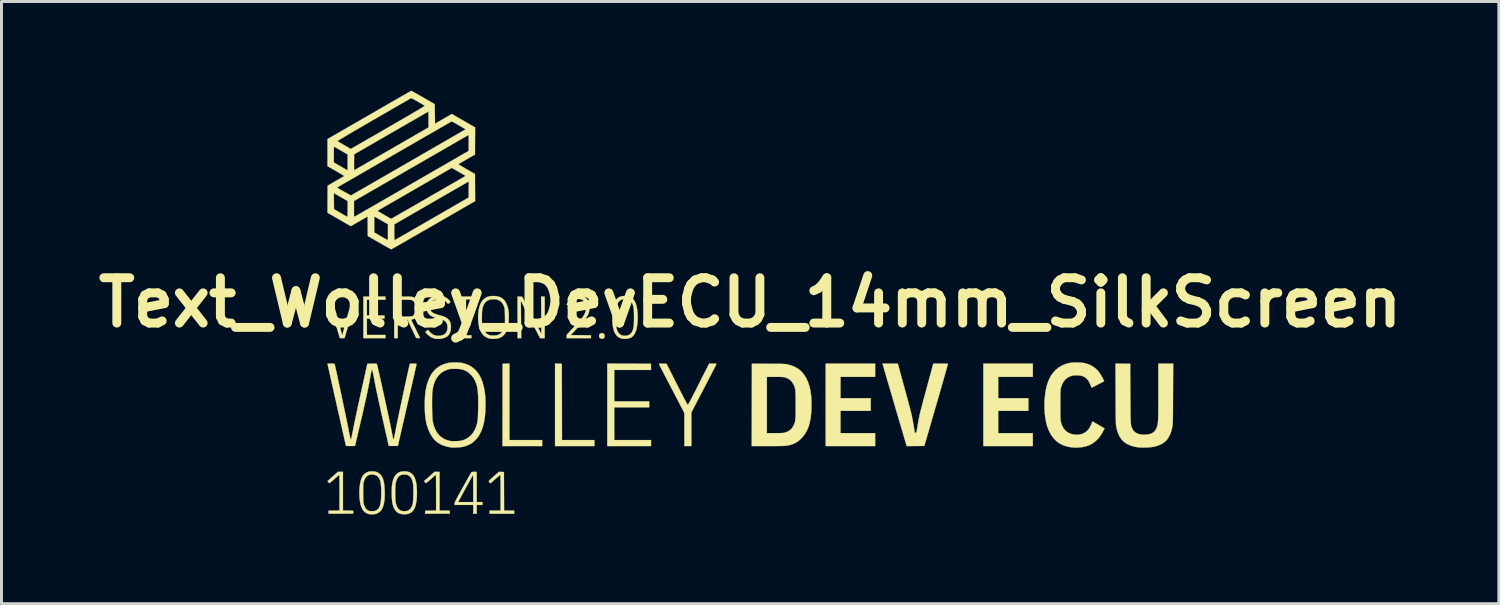
<source format=kicad_pcb>
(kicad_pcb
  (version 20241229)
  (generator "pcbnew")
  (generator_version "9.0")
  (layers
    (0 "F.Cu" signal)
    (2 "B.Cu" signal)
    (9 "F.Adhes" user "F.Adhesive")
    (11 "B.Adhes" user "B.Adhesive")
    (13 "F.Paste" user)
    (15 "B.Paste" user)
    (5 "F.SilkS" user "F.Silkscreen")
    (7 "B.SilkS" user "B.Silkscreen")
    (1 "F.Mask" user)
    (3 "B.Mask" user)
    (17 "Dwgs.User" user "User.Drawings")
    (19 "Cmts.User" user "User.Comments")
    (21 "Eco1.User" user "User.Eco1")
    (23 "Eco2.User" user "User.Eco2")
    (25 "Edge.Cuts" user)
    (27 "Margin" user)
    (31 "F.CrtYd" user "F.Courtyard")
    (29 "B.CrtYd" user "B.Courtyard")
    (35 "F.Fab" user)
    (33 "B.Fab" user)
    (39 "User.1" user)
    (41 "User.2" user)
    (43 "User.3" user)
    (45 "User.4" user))
  (footprint "Text_Wolley_DevECU_14mm_SilkScreen"
    (layer "F.Cu")
    (at 22.178 7.125)
    (property "Reference" "Text_Wolley_DevECU_14mm_SilkScreen" (at 0 0 0) (layer "F.SilkS") (effects (font (size 1.524 1.524) (thickness 0.3))))
    (attr through_hole)
    (fp_poly (pts (xy -8.096 4.625) (xy -6.996 4.625) (xy -6.996 4.826) (xy -8.329 4.826) (xy -8.326 3.442) (xy -8.324 2.058) (xy -8.21 2.055) (xy -8.096 2.052) (xy -8.096 4.625)) (stroke (width 0.01) (type solid)) (fill yes) (layer "F.SilkS"))
    (fp_poly (pts (xy -6.448 2.055) (xy -6.334 2.058) (xy -6.331 3.342) (xy -6.329 4.625) (xy -5.239 4.625) (xy -5.239 4.826) (xy -6.562 4.826) (xy -6.562 2.052) (xy -6.448 2.055)) (stroke (width 0.01) (type solid)) (fill yes) (layer "F.SilkS"))
    (fp_poly (pts (xy -12.266 -0.095) (xy -12.89 -0.095) (xy -12.89 0.434) (xy -12.298 0.434) (xy -12.298 0.54) (xy -12.89 0.54) (xy -12.89 1.09) (xy -12.266 1.09) (xy -12.266 1.196) (xy -13.007 1.196) (xy -13.007 -0.201) (xy -12.266 -0.201) (xy -12.266 -0.095)) (stroke (width 0.01) (type solid)) (fill yes) (layer "F.SilkS"))
    (fp_poly (pts (xy -9.377 -0.106) (xy -9.557 -0.106) (xy -9.557 1.101) (xy -9.377 1.101) (xy -9.377 1.196) (xy -9.853 1.196) (xy -9.853 1.101) (xy -9.673 1.101) (xy -9.673 -0.106) (xy -9.853 -0.106) (xy -9.853 -0.201) (xy -9.377 -0.201) (xy -9.377 -0.106)) (stroke (width 0.01) (type solid)) (fill yes) (layer "F.SilkS"))
    (fp_poly (pts (xy 4.202 2.498) (xy 3.037 2.498) (xy 3.037 3.217) (xy 4.053 3.217) (xy 4.053 3.641) (xy 3.037 3.641) (xy 3.037 4.392) (xy 4.202 4.392) (xy 4.202 4.826) (xy 2.54 4.826) (xy 2.54 2.053) (xy 4.202 2.053) (xy 4.202 2.498)) (stroke (width 0.01) (type solid)) (fill yes) (layer "F.SilkS"))
    (fp_poly (pts (xy 9.504 2.498) (xy 8.34 2.498) (xy 8.34 3.217) (xy 9.356 3.217) (xy 9.356 3.641) (xy 8.34 3.641) (xy 8.34 4.392) (xy 9.504 4.392) (xy 9.504 4.826) (xy 7.842 4.826) (xy 7.842 2.053) (xy 9.504 2.053) (xy 9.504 2.498)) (stroke (width 0.01) (type solid)) (fill yes) (layer "F.SilkS"))
    (fp_poly (pts (xy -3.339 2.058) (xy -3.336 2.162) (xy -3.333 2.265) (xy -4.572 2.265) (xy -4.572 3.323) (xy -3.397 3.323) (xy -3.397 3.524) (xy -4.572 3.524) (xy -4.572 4.625) (xy -3.334 4.625) (xy -3.334 4.826) (xy -4.805 4.826) (xy -4.805 2.053) (xy -3.339 2.058)) (stroke (width 0.01) (type solid)) (fill yes) (layer "F.SilkS"))
    (fp_poly (pts (xy -4.938 1.039) (xy -4.913 1.06) (xy -4.899 1.094) (xy -4.895 1.133) (xy -4.902 1.17) (xy -4.921 1.198) (xy -4.925 1.202) (xy -4.96 1.215) (xy -5.002 1.215) (xy -5.041 1.202) (xy -5.052 1.195) (xy -5.07 1.177) (xy -5.078 1.155) (xy -5.08 1.122) (xy -5.078 1.088) (xy -5.069 1.066) (xy -5.052 1.049) (xy -5.012 1.03) (xy -4.966 1.03) (xy -4.938 1.039)) (stroke (width 0.01) (type solid)) (fill yes) (layer "F.SilkS"))
    (fp_poly (pts (xy -8.366 5.696) (xy -8.281 5.699) (xy -8.276 6.996) (xy -7.938 6.996) (xy -7.938 7.101) (xy -8.763 7.101) (xy -8.763 6.996) (xy -8.393 6.996) (xy -8.393 6.391) (xy -8.393 6.261) (xy -8.393 6.145) (xy -8.394 6.043) (xy -8.395 5.957) (xy -8.397 5.888) (xy -8.398 5.836) (xy -8.4 5.804) (xy -8.402 5.791) (xy -8.402 5.791) (xy -8.413 5.799) (xy -8.437 5.818) (xy -8.472 5.848) (xy -8.514 5.885) (xy -8.563 5.927) (xy -8.573 5.936) (xy -8.733 6.077) (xy -8.764 6.048) (xy -8.783 6.026) (xy -8.794 6.01) (xy -8.794 6.007) (xy -8.786 5.997) (xy -8.765 5.975) (xy -8.732 5.944) (xy -8.69 5.905) (xy -8.642 5.862) (xy -8.622 5.844) (xy -8.451 5.693) (xy -8.366 5.696)) (stroke (width 0.01) (type solid)) (fill yes) (layer "F.SilkS"))
    (fp_poly (pts (xy -10.446 6.995) (xy -10.274 6.998) (xy -10.102 7.001) (xy -10.102 7.096) (xy -10.934 7.102) (xy -10.927 7.001) (xy -10.745 6.998) (xy -10.562 6.995) (xy -10.562 6.392) (xy -10.562 6.281) (xy -10.563 6.177) (xy -10.563 6.081) (xy -10.564 5.996) (xy -10.564 5.923) (xy -10.565 5.864) (xy -10.566 5.821) (xy -10.567 5.795) (xy -10.568 5.789) (xy -10.577 5.796) (xy -10.599 5.814) (xy -10.633 5.843) (xy -10.675 5.88) (xy -10.723 5.922) (xy -10.734 5.932) (xy -10.783 5.975) (xy -10.827 6.013) (xy -10.864 6.043) (xy -10.89 6.063) (xy -10.904 6.072) (xy -10.905 6.072) (xy -10.917 6.062) (xy -10.936 6.041) (xy -10.94 6.036) (xy -10.964 6.004) (xy -10.79 5.849) (xy -10.617 5.694) (xy -10.446 5.694) (xy -10.446 6.995)) (stroke (width 0.01) (type solid)) (fill yes) (layer "F.SilkS"))
    (fp_poly (pts (xy -7.745 -0.199) (xy -7.669 -0.196) (xy -7.532 0.064) (xy -7.494 0.137) (xy -7.448 0.224) (xy -7.398 0.322) (xy -7.345 0.425) (xy -7.291 0.529) (xy -7.24 0.629) (xy -7.21 0.688) (xy -7.169 0.769) (xy -7.131 0.844) (xy -7.097 0.911) (xy -7.068 0.967) (xy -7.046 1.012) (xy -7.03 1.042) (xy -7.023 1.055) (xy -7.023 1.056) (xy -7.022 1.046) (xy -7.022 1.017) (xy -7.022 0.97) (xy -7.022 0.908) (xy -7.022 0.832) (xy -7.023 0.744) (xy -7.023 0.645) (xy -7.024 0.539) (xy -7.025 0.429) (xy -7.03 -0.201) (xy -6.911 -0.201) (xy -6.911 1.196) (xy -6.988 1.196) (xy -7.064 1.195) (xy -7.303 0.739) (xy -7.354 0.641) (xy -7.405 0.542) (xy -7.455 0.445) (xy -7.501 0.354) (xy -7.544 0.271) (xy -7.581 0.199) (xy -7.61 0.14) (xy -7.626 0.107) (xy -7.712 -0.069) (xy -7.707 0.564) (xy -7.701 1.196) (xy -7.821 1.196) (xy -7.821 -0.202) (xy -7.745 -0.199)) (stroke (width 0.01) (type solid)) (fill yes) (layer "F.SilkS"))
    (fp_poly (pts (xy -13.695 6.995) (xy -13.351 7.001) (xy -13.351 7.096) (xy -13.761 7.099) (xy -13.867 7.1) (xy -13.954 7.1) (xy -14.023 7.1) (xy -14.077 7.099) (xy -14.117 7.098) (xy -14.145 7.096) (xy -14.164 7.093) (xy -14.174 7.09) (xy -14.177 7.087) (xy -14.18 7.066) (xy -14.18 7.037) (xy -14.18 7.036) (xy -14.176 7.001) (xy -13.994 6.998) (xy -13.811 6.995) (xy -13.811 6.392) (xy -13.811 6.281) (xy -13.812 6.177) (xy -13.812 6.081) (xy -13.812 5.996) (xy -13.813 5.923) (xy -13.814 5.864) (xy -13.814 5.821) (xy -13.815 5.795) (xy -13.816 5.789) (xy -13.825 5.796) (xy -13.847 5.814) (xy -13.88 5.843) (xy -13.922 5.879) (xy -13.97 5.921) (xy -13.982 5.932) (xy -14.031 5.975) (xy -14.075 6.013) (xy -14.111 6.044) (xy -14.137 6.065) (xy -14.15 6.074) (xy -14.151 6.075) (xy -14.161 6.067) (xy -14.178 6.048) (xy -14.185 6.039) (xy -14.213 6.003) (xy -14.038 5.848) (xy -13.864 5.694) (xy -13.695 5.694) (xy -13.695 6.995)) (stroke (width 0.01) (type solid)) (fill yes) (layer "F.SilkS"))
    (fp_poly (pts (xy -9.197 6.71) (xy -9.006 6.71) (xy -9.006 6.805) (xy -9.197 6.805) (xy -9.197 7.101) (xy -9.313 7.101) (xy -9.313 6.805) (xy -9.938 6.805) (xy -9.938 6.757) (xy -9.937 6.745) (xy -9.934 6.731) (xy -9.928 6.713) (xy -9.927 6.71) (xy -9.823 6.71) (xy -9.313 6.71) (xy -9.313 6.255) (xy -9.314 6.159) (xy -9.314 6.07) (xy -9.315 5.99) (xy -9.316 5.921) (xy -9.317 5.866) (xy -9.319 5.826) (xy -9.32 5.804) (xy -9.321 5.8) (xy -9.325 5.805) (xy -9.335 5.819) (xy -9.35 5.845) (xy -9.371 5.882) (xy -9.399 5.931) (xy -9.433 5.994) (xy -9.475 6.07) (xy -9.525 6.162) (xy -9.584 6.27) (xy -9.651 6.394) (xy -9.728 6.535) (xy -9.766 6.606) (xy -9.823 6.71) (xy -9.927 6.71) (xy -9.918 6.689) (xy -9.904 6.659) (xy -9.884 6.62) (xy -9.858 6.57) (xy -9.824 6.509) (xy -9.783 6.434) (xy -9.734 6.345) (xy -9.675 6.239) (xy -9.661 6.215) (xy -9.609 6.121) (xy -9.559 6.032) (xy -9.513 5.95) (xy -9.472 5.877) (xy -9.437 5.815) (xy -9.409 5.766) (xy -9.388 5.73) (xy -9.376 5.71) (xy -9.374 5.707) (xy -9.357 5.699) (xy -9.32 5.695) (xy -9.28 5.694) (xy -9.197 5.694) (xy -9.197 6.71)) (stroke (width 0.01) (type solid)) (fill yes) (layer "F.SilkS"))
    (fp_poly (pts (xy -1.206 2.054) (xy -1.167 2.056) (xy -1.141 2.059) (xy -1.132 2.062) (xy -1.137 2.073) (xy -1.151 2.101) (xy -1.173 2.145) (xy -1.203 2.203) (xy -1.24 2.275) (xy -1.283 2.359) (xy -1.332 2.453) (xy -1.386 2.557) (xy -1.443 2.668) (xy -1.505 2.786) (xy -1.556 2.884) (xy -1.979 3.697) (xy -1.979 4.826) (xy -2.212 4.826) (xy -2.212 3.715) (xy -2.635 2.903) (xy -2.698 2.781) (xy -2.759 2.664) (xy -2.817 2.553) (xy -2.87 2.45) (xy -2.918 2.357) (xy -2.961 2.275) (xy -2.997 2.204) (xy -3.026 2.147) (xy -3.048 2.105) (xy -3.061 2.079) (xy -3.065 2.071) (xy -3.066 2.063) (xy -3.062 2.058) (xy -3.048 2.055) (xy -3.021 2.054) (xy -2.979 2.055) (xy -2.943 2.055) (xy -2.813 2.058) (xy -2.466 2.746) (xy -2.393 2.889) (xy -2.33 3.013) (xy -2.275 3.12) (xy -2.229 3.21) (xy -2.19 3.283) (xy -2.158 3.342) (xy -2.134 3.386) (xy -2.116 3.416) (xy -2.104 3.432) (xy -2.099 3.437) (xy -2.093 3.434) (xy -2.085 3.425) (xy -2.073 3.406) (xy -2.056 3.379) (xy -2.035 3.341) (xy -2.008 3.291) (xy -1.975 3.228) (xy -1.936 3.151) (xy -1.889 3.059) (xy -1.834 2.951) (xy -1.77 2.825) (xy -1.746 2.777) (xy -1.69 2.666) (xy -1.637 2.56) (xy -1.587 2.461) (xy -1.54 2.37) (xy -1.499 2.288) (xy -1.463 2.218) (xy -1.434 2.161) (xy -1.412 2.118) (xy -1.399 2.092) (xy -1.395 2.084) (xy -1.376 2.053) (xy -1.254 2.053) (xy -1.206 2.054)) (stroke (width 0.01) (type solid)) (fill yes) (layer "F.SilkS"))
    (fp_poly (pts (xy -5.699 -0.218) (xy -5.628 -0.204) (xy -5.59 -0.191) (xy -5.525 -0.151) (xy -5.474 -0.096) (xy -5.438 -0.026) (xy -5.416 0.06) (xy -5.408 0.161) (xy -5.408 0.163) (xy -5.409 0.218) (xy -5.413 0.267) (xy -5.42 0.313) (xy -5.433 0.357) (xy -5.451 0.402) (xy -5.477 0.45) (xy -5.511 0.501) (xy -5.554 0.559) (xy -5.608 0.624) (xy -5.673 0.699) (xy -5.752 0.786) (xy -5.826 0.868) (xy -6.036 1.095) (xy -5.695 1.098) (xy -5.355 1.101) (xy -5.355 1.196) (xy -6.17 1.196) (xy -6.17 1.14) (xy -6.17 1.085) (xy -5.915 0.81) (xy -5.841 0.73) (xy -5.779 0.663) (xy -5.73 0.608) (xy -5.69 0.562) (xy -5.658 0.524) (xy -5.632 0.491) (xy -5.612 0.462) (xy -5.595 0.434) (xy -5.58 0.406) (xy -5.565 0.376) (xy -5.564 0.373) (xy -5.549 0.34) (xy -5.539 0.312) (xy -5.533 0.283) (xy -5.531 0.248) (xy -5.53 0.199) (xy -5.53 0.185) (xy -5.532 0.122) (xy -5.536 0.069) (xy -5.543 0.033) (xy -5.544 0.028) (xy -5.568 -0.018) (xy -5.602 -0.06) (xy -5.642 -0.093) (xy -5.671 -0.107) (xy -5.721 -0.117) (xy -5.782 -0.12) (xy -5.843 -0.115) (xy -5.894 -0.103) (xy -5.898 -0.102) (xy -5.948 -0.073) (xy -5.994 -0.029) (xy -6.031 0.024) (xy -6.049 0.064) (xy -6.059 0.094) (xy -6.067 0.113) (xy -6.07 0.116) (xy -6.08 0.113) (xy -6.104 0.103) (xy -6.122 0.096) (xy -6.17 0.075) (xy -6.152 0.029) (xy -6.11 -0.054) (xy -6.053 -0.122) (xy -5.985 -0.173) (xy -5.92 -0.202) (xy -5.852 -0.217) (xy -5.776 -0.222) (xy -5.699 -0.218)) (stroke (width 0.01) (type solid)) (fill yes) (layer "F.SilkS"))
    (fp_poly (pts (xy -11.59 -0.201) (xy -11.518 -0.2) (xy -11.462 -0.199) (xy -11.418 -0.197) (xy -11.385 -0.194) (xy -11.36 -0.19) (xy -11.339 -0.185) (xy -11.336 -0.184) (xy -11.27 -0.152) (xy -11.217 -0.105) (xy -11.175 -0.04) (xy -11.171 -0.03) (xy -11.149 0.036) (xy -11.136 0.115) (xy -11.133 0.198) (xy -11.138 0.282) (xy -11.153 0.359) (xy -11.176 0.422) (xy -11.177 0.425) (xy -11.209 0.471) (xy -11.254 0.513) (xy -11.305 0.546) (xy -11.346 0.562) (xy -11.376 0.571) (xy -11.395 0.58) (xy -11.398 0.584) (xy -11.394 0.595) (xy -11.381 0.623) (xy -11.361 0.665) (xy -11.334 0.719) (xy -11.303 0.783) (xy -11.268 0.853) (xy -11.25 0.889) (xy -11.214 0.962) (xy -11.18 1.029) (xy -11.152 1.087) (xy -11.128 1.135) (xy -11.112 1.169) (xy -11.103 1.188) (xy -11.102 1.191) (xy -11.112 1.194) (xy -11.137 1.195) (xy -11.168 1.194) (xy -11.233 1.191) (xy -11.377 0.887) (xy -11.52 0.583) (xy -11.687 0.582) (xy -11.853 0.582) (xy -11.853 1.196) (xy -11.97 1.196) (xy -11.97 -0.095) (xy -11.853 -0.095) (xy -11.853 0.478) (xy -11.618 0.474) (xy -11.54 0.473) (xy -11.481 0.472) (xy -11.436 0.47) (xy -11.404 0.467) (xy -11.381 0.463) (xy -11.364 0.458) (xy -11.35 0.452) (xy -11.346 0.45) (xy -11.319 0.427) (xy -11.293 0.394) (xy -11.285 0.382) (xy -11.275 0.361) (xy -11.268 0.34) (xy -11.264 0.315) (xy -11.262 0.28) (xy -11.261 0.232) (xy -11.261 0.191) (xy -11.261 0.131) (xy -11.262 0.088) (xy -11.266 0.056) (xy -11.271 0.032) (xy -11.279 0.011) (xy -11.284 -0.000404) (xy -11.312 -0.041) (xy -11.351 -0.069) (xy -11.356 -0.071) (xy -11.372 -0.079) (xy -11.389 -0.085) (xy -11.41 -0.09) (xy -11.437 -0.092) (xy -11.473 -0.094) (xy -11.523 -0.095) (xy -11.59 -0.095) (xy -11.628 -0.095) (xy -11.853 -0.095) (xy -11.97 -0.095) (xy -11.97 -0.201) (xy -11.68 -0.201) (xy -11.59 -0.201)) (stroke (width 0.01) (type solid)) (fill yes) (layer "F.SilkS"))
    (fp_poly (pts (xy -14.117 -0.2) (xy -14.094 -0.198) (xy -14.086 -0.196) (xy -14.083 -0.185) (xy -14.075 -0.155) (xy -14.062 -0.11) (xy -14.045 -0.051) (xy -14.023 0.021) (xy -13.999 0.102) (xy -13.973 0.191) (xy -13.953 0.257) (xy -13.923 0.359) (xy -13.893 0.462) (xy -13.864 0.563) (xy -13.837 0.658) (xy -13.814 0.744) (xy -13.794 0.818) (xy -13.778 0.876) (xy -13.774 0.892) (xy -13.76 0.953) (xy -13.746 1.006) (xy -13.735 1.048) (xy -13.727 1.076) (xy -13.723 1.087) (xy -13.72 1.089) (xy -13.717 1.088) (xy -13.714 1.081) (xy -13.709 1.067) (xy -13.702 1.042) (xy -13.692 1.005) (xy -13.678 0.952) (xy -13.66 0.882) (xy -13.653 0.852) (xy -13.637 0.793) (xy -13.617 0.717) (xy -13.592 0.629) (xy -13.565 0.532) (xy -13.536 0.43) (xy -13.506 0.326) (xy -13.476 0.225) (xy -13.475 0.222) (xy -13.351 -0.196) (xy -13.289 -0.199) (xy -13.255 -0.2) (xy -13.237 -0.198) (xy -13.232 -0.192) (xy -13.233 -0.183) (xy -13.237 -0.17) (xy -13.246 -0.138) (xy -13.261 -0.09) (xy -13.28 -0.026) (xy -13.302 0.05) (xy -13.328 0.138) (xy -13.357 0.236) (xy -13.388 0.341) (xy -13.421 0.452) (xy -13.425 0.466) (xy -13.458 0.578) (xy -13.49 0.686) (xy -13.52 0.787) (xy -13.548 0.88) (xy -13.572 0.962) (xy -13.593 1.031) (xy -13.609 1.086) (xy -13.621 1.125) (xy -13.627 1.145) (xy -13.627 1.146) (xy -13.644 1.196) (xy -13.721 1.196) (xy -13.763 1.195) (xy -13.787 1.192) (xy -13.8 1.186) (xy -13.805 1.177) (xy -13.814 1.148) (xy -13.827 1.101) (xy -13.845 1.041) (xy -13.867 0.969) (xy -13.891 0.886) (xy -13.918 0.796) (xy -13.947 0.699) (xy -13.977 0.599) (xy -14.007 0.496) (xy -14.038 0.394) (xy -14.068 0.294) (xy -14.096 0.198) (xy -14.123 0.108) (xy -14.147 0.027) (xy -14.168 -0.044) (xy -14.185 -0.102) (xy -14.198 -0.146) (xy -14.207 -0.174) (xy -14.209 -0.183) (xy -14.21 -0.193) (xy -14.201 -0.198) (xy -14.178 -0.201) (xy -14.151 -0.201) (xy -14.117 -0.2)) (stroke (width 0.01) (type solid)) (fill yes) (layer "F.SilkS"))
    (fp_poly (pts (xy -11.539 5.684) (xy -11.464 5.704) (xy -11.438 5.716) (xy -11.378 5.757) (xy -11.327 5.813) (xy -11.286 5.885) (xy -11.253 5.974) (xy -11.229 6.081) (xy -11.214 6.205) (xy -11.208 6.348) (xy -11.207 6.397) (xy -11.211 6.545) (xy -11.223 6.675) (xy -11.243 6.787) (xy -11.271 6.881) (xy -11.309 6.958) (xy -11.355 7.019) (xy -11.411 7.065) (xy -11.476 7.097) (xy -11.488 7.101) (xy -11.578 7.119) (xy -11.671 7.12) (xy -11.76 7.105) (xy -11.775 7.101) (xy -11.843 7.071) (xy -11.9 7.026) (xy -11.948 6.964) (xy -11.989 6.886) (xy -12.021 6.788) (xy -12.024 6.779) (xy -12.034 6.727) (xy -12.042 6.659) (xy -12.049 6.578) (xy -12.053 6.491) (xy -12.054 6.399) (xy -12.054 6.366) (xy -11.937 6.366) (xy -11.937 6.447) (xy -11.936 6.525) (xy -11.934 6.596) (xy -11.931 6.655) (xy -11.927 6.695) (xy -11.906 6.792) (xy -11.875 6.873) (xy -11.832 6.937) (xy -11.779 6.983) (xy -11.753 6.997) (xy -11.707 7.01) (xy -11.649 7.016) (xy -11.589 7.015) (xy -11.536 7.006) (xy -11.509 6.997) (xy -11.455 6.963) (xy -11.411 6.915) (xy -11.375 6.851) (xy -11.349 6.776) (xy -11.343 6.744) (xy -11.338 6.694) (xy -11.333 6.63) (xy -11.33 6.557) (xy -11.327 6.478) (xy -11.325 6.398) (xy -11.325 6.319) (xy -11.326 6.246) (xy -11.328 6.183) (xy -11.332 6.133) (xy -11.333 6.121) (xy -11.35 6.026) (xy -11.375 5.95) (xy -11.407 5.889) (xy -11.448 5.842) (xy -11.494 5.81) (xy -11.522 5.797) (xy -11.549 5.789) (xy -11.584 5.785) (xy -11.631 5.784) (xy -11.679 5.785) (xy -11.714 5.789) (xy -11.741 5.797) (xy -11.768 5.81) (xy -11.821 5.849) (xy -11.863 5.902) (xy -11.895 5.97) (xy -11.918 6.055) (xy -11.928 6.112) (xy -11.932 6.156) (xy -11.934 6.216) (xy -11.936 6.288) (xy -11.937 6.366) (xy -12.054 6.366) (xy -12.054 6.31) (xy -12.051 6.226) (xy -12.045 6.152) (xy -12.039 6.105) (xy -12.014 5.992) (xy -11.982 5.898) (xy -11.94 5.822) (xy -11.889 5.763) (xy -11.828 5.719) (xy -11.779 5.698) (xy -11.703 5.68) (xy -11.62 5.676) (xy -11.539 5.684)) (stroke (width 0.01) (type solid)) (fill yes) (layer "F.SilkS"))
    (fp_poly (pts (xy -4.117 -0.215) (xy -4.06 -0.201) (xy -3.994 -0.168) (xy -3.938 -0.122) (xy -3.892 -0.061) (xy -3.854 0.014) (xy -3.825 0.107) (xy -3.803 0.218) (xy -3.788 0.34) (xy -3.782 0.442) (xy -3.783 0.549) (xy -3.789 0.657) (xy -3.8 0.76) (xy -3.815 0.854) (xy -3.835 0.934) (xy -3.844 0.963) (xy -3.874 1.028) (xy -3.911 1.088) (xy -3.952 1.136) (xy -3.978 1.158) (xy -4.042 1.191) (xy -4.119 1.213) (xy -4.202 1.222) (xy -4.286 1.217) (xy -4.288 1.216) (xy -4.369 1.196) (xy -4.439 1.158) (xy -4.497 1.104) (xy -4.545 1.033) (xy -4.583 0.944) (xy -4.611 0.837) (xy -4.625 0.748) (xy -4.63 0.694) (xy -4.633 0.626) (xy -4.634 0.548) (xy -4.633 0.503) (xy -4.513 0.503) (xy -4.513 0.603) (xy -4.512 0.686) (xy -4.509 0.753) (xy -4.505 0.807) (xy -4.498 0.852) (xy -4.489 0.891) (xy -4.477 0.925) (xy -4.462 0.959) (xy -4.448 0.987) (xy -4.405 1.045) (xy -4.35 1.088) (xy -4.284 1.113) (xy -4.211 1.12) (xy -4.132 1.109) (xy -4.118 1.105) (xy -4.057 1.078) (xy -4.007 1.036) (xy -3.967 0.977) (xy -3.937 0.9) (xy -3.92 0.826) (xy -3.915 0.782) (xy -3.911 0.722) (xy -3.908 0.65) (xy -3.906 0.569) (xy -3.906 0.485) (xy -3.907 0.401) (xy -3.909 0.322) (xy -3.912 0.253) (xy -3.916 0.197) (xy -3.92 0.168) (xy -3.932 0.118) (xy -3.948 0.067) (xy -3.964 0.027) (xy -4.003 -0.035) (xy -4.05 -0.079) (xy -4.109 -0.107) (xy -4.18 -0.119) (xy -4.207 -0.12) (xy -4.284 -0.113) (xy -4.349 -0.09) (xy -4.402 -0.051) (xy -4.446 0.006) (xy -4.479 0.081) (xy -4.495 0.135) (xy -4.501 0.16) (xy -4.505 0.189) (xy -4.508 0.224) (xy -4.511 0.268) (xy -4.512 0.324) (xy -4.513 0.395) (xy -4.513 0.484) (xy -4.513 0.503) (xy -4.633 0.503) (xy -4.633 0.466) (xy -4.631 0.383) (xy -4.627 0.305) (xy -4.622 0.235) (xy -4.616 0.178) (xy -4.61 0.147) (xy -4.579 0.04) (xy -4.537 -0.049) (xy -4.486 -0.119) (xy -4.425 -0.171) (xy -4.387 -0.192) (xy -4.33 -0.21) (xy -4.261 -0.22) (xy -4.187 -0.222) (xy -4.117 -0.215)) (stroke (width 0.01) (type solid)) (fill yes) (layer "F.SilkS"))
    (fp_poly (pts (xy -12.642 5.682) (xy -12.577 5.694) (xy -12.522 5.717) (xy -12.472 5.751) (xy -12.459 5.763) (xy -12.412 5.813) (xy -12.374 5.874) (xy -12.343 5.947) (xy -12.32 6.035) (xy -12.304 6.138) (xy -12.294 6.259) (xy -12.291 6.33) (xy -12.29 6.486) (xy -12.297 6.623) (xy -12.314 6.741) (xy -12.34 6.843) (xy -12.375 6.927) (xy -12.419 6.996) (xy -12.473 7.048) (xy -12.526 7.081) (xy -12.563 7.098) (xy -12.596 7.109) (xy -12.633 7.115) (xy -12.682 7.118) (xy -12.692 7.118) (xy -12.758 7.118) (xy -12.813 7.113) (xy -12.84 7.108) (xy -12.911 7.078) (xy -12.972 7.035) (xy -13.023 6.976) (xy -13.065 6.901) (xy -13.097 6.809) (xy -13.12 6.699) (xy -13.135 6.578) (xy -13.142 6.456) (xy -13.141 6.334) (xy -13.139 6.288) (xy -13.016 6.288) (xy -13.016 6.397) (xy -13.015 6.451) (xy -13.014 6.538) (xy -13.012 6.607) (xy -13.01 6.661) (xy -13.007 6.703) (xy -13.004 6.735) (xy -13 6.762) (xy -12.994 6.785) (xy -12.988 6.806) (xy -12.956 6.881) (xy -12.917 6.938) (xy -12.868 6.979) (xy -12.845 6.992) (xy -12.815 7.005) (xy -12.787 7.012) (xy -12.755 7.015) (xy -12.711 7.015) (xy -12.697 7.014) (xy -12.65 7.011) (xy -12.618 7.007) (xy -12.593 6.999) (xy -12.57 6.985) (xy -12.56 6.979) (xy -12.519 6.945) (xy -12.486 6.905) (xy -12.46 6.857) (xy -12.44 6.798) (xy -12.425 6.726) (xy -12.415 6.638) (xy -12.409 6.533) (xy -12.407 6.498) (xy -12.406 6.389) (xy -12.407 6.284) (xy -12.412 6.188) (xy -12.42 6.104) (xy -12.431 6.035) (xy -12.44 5.994) (xy -12.472 5.916) (xy -12.517 5.856) (xy -12.573 5.813) (xy -12.641 5.788) (xy -12.685 5.781) (xy -12.765 5.783) (xy -12.835 5.804) (xy -12.894 5.842) (xy -12.942 5.899) (xy -12.978 5.972) (xy -13.003 6.063) (xy -13.007 6.086) (xy -13.012 6.132) (xy -13.015 6.199) (xy -13.016 6.288) (xy -13.139 6.288) (xy -13.134 6.217) (xy -13.121 6.107) (xy -13.101 6.009) (xy -13.077 5.926) (xy -13.062 5.891) (xy -13.025 5.823) (xy -12.981 5.772) (xy -12.927 5.731) (xy -12.893 5.713) (xy -12.858 5.697) (xy -12.829 5.686) (xy -12.798 5.681) (xy -12.759 5.679) (xy -12.722 5.678) (xy -12.642 5.682)) (stroke (width 0.01) (type solid)) (fill yes) (layer "F.SilkS"))
    (fp_poly (pts (xy 0.603 2.059) (xy 0.728 2.059) (xy 0.833 2.059) (xy 0.922 2.06) (xy 0.995 2.061) (xy 1.055 2.062) (xy 1.104 2.064) (xy 1.144 2.066) (xy 1.176 2.068) (xy 1.204 2.071) (xy 1.228 2.075) (xy 1.242 2.078) (xy 1.381 2.114) (xy 1.504 2.164) (xy 1.614 2.228) (xy 1.71 2.307) (xy 1.732 2.33) (xy 1.816 2.432) (xy 1.888 2.546) (xy 1.947 2.675) (xy 1.994 2.818) (xy 2.028 2.976) (xy 2.051 3.15) (xy 2.061 3.34) (xy 2.06 3.54) (xy 2.05 3.722) (xy 2.032 3.887) (xy 2.003 4.035) (xy 1.965 4.168) (xy 1.916 4.288) (xy 1.856 4.397) (xy 1.785 4.495) (xy 1.72 4.568) (xy 1.646 4.636) (xy 1.575 4.689) (xy 1.499 4.731) (xy 1.413 4.766) (xy 1.406 4.768) (xy 1.37 4.78) (xy 1.335 4.791) (xy 1.3 4.799) (xy 1.264 4.806) (xy 1.223 4.812) (xy 1.176 4.817) (xy 1.121 4.82) (xy 1.056 4.823) (xy 0.978 4.824) (xy 0.886 4.825) (xy 0.778 4.826) (xy 0.651 4.826) (xy 0.602 4.826) (xy 0.053 4.826) (xy 0.054 4.392) (xy 0.561 4.392) (xy 0.829 4.392) (xy 0.922 4.392) (xy 0.996 4.391) (xy 1.054 4.389) (xy 1.099 4.385) (xy 1.133 4.381) (xy 1.156 4.376) (xy 1.25 4.344) (xy 1.327 4.3) (xy 1.39 4.243) (xy 1.442 4.169) (xy 1.46 4.134) (xy 1.475 4.101) (xy 1.488 4.071) (xy 1.499 4.042) (xy 1.508 4.011) (xy 1.515 3.977) (xy 1.52 3.937) (xy 1.524 3.89) (xy 1.526 3.832) (xy 1.528 3.762) (xy 1.529 3.677) (xy 1.529 3.576) (xy 1.529 3.456) (xy 1.529 3.445) (xy 1.529 3.323) (xy 1.529 3.22) (xy 1.528 3.135) (xy 1.526 3.063) (xy 1.524 3.004) (xy 1.52 2.956) (xy 1.515 2.915) (xy 1.508 2.881) (xy 1.5 2.85) (xy 1.489 2.821) (xy 1.477 2.791) (xy 1.461 2.758) (xy 1.46 2.756) (xy 1.411 2.673) (xy 1.349 2.607) (xy 1.274 2.556) (xy 1.184 2.519) (xy 1.161 2.513) (xy 1.135 2.508) (xy 1.097 2.504) (xy 1.046 2.501) (xy 0.979 2.499) (xy 0.895 2.498) (xy 0.833 2.498) (xy 0.561 2.498) (xy 0.561 4.392) (xy 0.054 4.392) (xy 0.056 3.442) (xy 0.058 2.058) (xy 0.603 2.059)) (stroke (width 0.01) (type solid)) (fill yes) (layer "F.SilkS"))
    (fp_poly (pts (xy -8.598 -0.22) (xy -8.499 -0.209) (xy -8.416 -0.185) (xy -8.344 -0.147) (xy -8.283 -0.093) (xy -8.237 -0.034) (xy -8.199 0.035) (xy -8.166 0.118) (xy -8.14 0.211) (xy -8.127 0.278) (xy -8.121 0.332) (xy -8.118 0.4) (xy -8.118 0.477) (xy -8.12 0.558) (xy -8.124 0.639) (xy -8.13 0.713) (xy -8.137 0.777) (xy -8.147 0.825) (xy -8.147 0.827) (xy -8.181 0.926) (xy -8.225 1.013) (xy -8.279 1.086) (xy -8.339 1.142) (xy -8.366 1.159) (xy -8.435 1.19) (xy -8.517 1.211) (xy -8.606 1.221) (xy -8.695 1.219) (xy -8.715 1.217) (xy -8.801 1.199) (xy -8.873 1.17) (xy -8.936 1.127) (xy -8.97 1.096) (xy -9.022 1.035) (xy -9.063 0.968) (xy -9.095 0.889) (xy -9.112 0.835) (xy -9.128 0.757) (xy -9.14 0.665) (xy -9.147 0.564) (xy -9.148 0.504) (xy -9.023 0.504) (xy -9.022 0.585) (xy -9.02 0.661) (xy -9.015 0.728) (xy -9.01 0.781) (xy -9.004 0.812) (xy -8.97 0.905) (xy -8.926 0.981) (xy -8.87 1.039) (xy -8.821 1.071) (xy -8.785 1.089) (xy -8.752 1.1) (xy -8.717 1.107) (xy -8.673 1.11) (xy -8.634 1.11) (xy -8.575 1.109) (xy -8.528 1.103) (xy -8.484 1.09) (xy -8.482 1.089) (xy -8.409 1.051) (xy -8.349 0.996) (xy -8.301 0.925) (xy -8.268 0.839) (xy -8.26 0.808) (xy -8.254 0.779) (xy -8.25 0.747) (xy -8.247 0.709) (xy -8.246 0.661) (xy -8.245 0.601) (xy -8.246 0.524) (xy -8.247 0.464) (xy -8.248 0.379) (xy -8.25 0.313) (xy -8.252 0.262) (xy -8.255 0.223) (xy -8.258 0.194) (xy -8.263 0.17) (xy -8.269 0.148) (xy -8.274 0.135) (xy -8.314 0.05) (xy -8.364 -0.017) (xy -8.426 -0.066) (xy -8.499 -0.099) (xy -8.586 -0.114) (xy -8.657 -0.114) (xy -8.747 -0.102) (xy -8.823 -0.074) (xy -8.887 -0.03) (xy -8.938 0.032) (xy -8.979 0.111) (xy -9.002 0.181) (xy -9.01 0.22) (xy -9.015 0.277) (xy -9.02 0.346) (xy -9.022 0.423) (xy -9.023 0.504) (xy -9.148 0.504) (xy -9.148 0.462) (xy -9.144 0.376) (xy -9.128 0.243) (xy -9.101 0.127) (xy -9.063 0.029) (xy -9.014 -0.053) (xy -8.954 -0.118) (xy -8.882 -0.167) (xy -8.882 -0.167) (xy -8.817 -0.196) (xy -8.75 -0.213) (xy -8.676 -0.221) (xy -8.598 -0.22)) (stroke (width 0.01) (type solid)) (fill yes) (layer "F.SilkS"))
    (fp_poly (pts (xy -10.393 -0.22) (xy -10.352 -0.214) (xy -10.323 -0.207) (xy -10.247 -0.175) (xy -10.176 -0.129) (xy -10.117 -0.073) (xy -10.082 -0.024) (xy -10.086 -0.01) (xy -10.106 0.009) (xy -10.117 0.017) (xy -10.16 0.045) (xy -10.203 -0.004) (xy -10.26 -0.057) (xy -10.322 -0.093) (xy -10.396 -0.114) (xy -10.408 -0.116) (xy -10.493 -0.122) (xy -10.574 -0.112) (xy -10.645 -0.088) (xy -10.673 -0.073) (xy -10.716 -0.038) (xy -10.745 0.006) (xy -10.762 0.063) (xy -10.768 0.136) (xy -10.768 0.143) (xy -10.764 0.203) (xy -10.752 0.254) (xy -10.728 0.296) (xy -10.691 0.332) (xy -10.639 0.363) (xy -10.57 0.39) (xy -10.483 0.417) (xy -10.456 0.424) (xy -10.367 0.448) (xy -10.296 0.473) (xy -10.238 0.499) (xy -10.192 0.529) (xy -10.154 0.563) (xy -10.145 0.573) (xy -10.11 0.619) (xy -10.086 0.668) (xy -10.071 0.726) (xy -10.065 0.797) (xy -10.065 0.831) (xy -10.072 0.928) (xy -10.094 1.01) (xy -10.13 1.077) (xy -10.182 1.132) (xy -10.21 1.151) (xy -10.279 1.185) (xy -10.361 1.209) (xy -10.45 1.221) (xy -10.538 1.221) (xy -10.573 1.217) (xy -10.653 1.199) (xy -10.723 1.17) (xy -10.787 1.128) (xy -10.852 1.07) (xy -10.866 1.055) (xy -10.893 1.026) (xy -10.913 1.004) (xy -10.922 0.992) (xy -10.922 0.991) (xy -10.914 0.982) (xy -10.895 0.965) (xy -10.879 0.952) (xy -10.835 0.917) (xy -10.807 0.953) (xy -10.74 1.025) (xy -10.666 1.077) (xy -10.584 1.109) (xy -10.495 1.121) (xy -10.399 1.112) (xy -10.398 1.112) (xy -10.323 1.09) (xy -10.263 1.053) (xy -10.219 1.002) (xy -10.191 0.937) (xy -10.179 0.859) (xy -10.178 0.839) (xy -10.183 0.766) (xy -10.199 0.707) (xy -10.228 0.659) (xy -10.243 0.642) (xy -10.267 0.619) (xy -10.297 0.6) (xy -10.336 0.582) (xy -10.386 0.564) (xy -10.452 0.544) (xy -10.491 0.534) (xy -10.575 0.51) (xy -10.642 0.488) (xy -10.695 0.466) (xy -10.737 0.443) (xy -10.772 0.418) (xy -10.777 0.413) (xy -10.828 0.354) (xy -10.864 0.284) (xy -10.883 0.204) (xy -10.886 0.118) (xy -10.872 0.028) (xy -10.863 -0.002) (xy -10.833 -0.062) (xy -10.785 -0.118) (xy -10.724 -0.164) (xy -10.693 -0.182) (xy -10.66 -0.197) (xy -10.631 -0.207) (xy -10.6 -0.214) (xy -10.561 -0.217) (xy -10.508 -0.22) (xy -10.505 -0.22) (xy -10.441 -0.222) (xy -10.393 -0.22)) (stroke (width 0.01) (type solid)) (fill yes) (layer "F.SilkS"))
    (fp_poly (pts (xy 4.973 2.088) (xy 4.977 2.103) (xy 4.987 2.137) (xy 5.001 2.189) (xy 5.02 2.256) (xy 5.042 2.337) (xy 5.068 2.43) (xy 5.096 2.534) (xy 5.127 2.647) (xy 5.16 2.768) (xy 5.195 2.895) (xy 5.208 2.942) (xy 5.249 3.093) (xy 5.285 3.225) (xy 5.316 3.341) (xy 5.343 3.441) (xy 5.366 3.529) (xy 5.386 3.606) (xy 5.403 3.673) (xy 5.418 3.733) (xy 5.43 3.787) (xy 5.441 3.837) (xy 5.451 3.886) (xy 5.461 3.934) (xy 5.47 3.985) (xy 5.479 4.039) (xy 5.483 4.064) (xy 5.497 4.141) (xy 5.509 4.212) (xy 5.519 4.273) (xy 5.527 4.322) (xy 5.532 4.356) (xy 5.535 4.373) (xy 5.535 4.374) (xy 5.543 4.382) (xy 5.561 4.381) (xy 5.58 4.375) (xy 5.592 4.364) (xy 5.592 4.363) (xy 5.595 4.348) (xy 5.601 4.315) (xy 5.61 4.267) (xy 5.62 4.207) (xy 5.632 4.137) (xy 5.645 4.061) (xy 5.646 4.057) (xy 5.655 4.003) (xy 5.664 3.952) (xy 5.673 3.903) (xy 5.683 3.855) (xy 5.693 3.805) (xy 5.705 3.751) (xy 5.719 3.693) (xy 5.736 3.626) (xy 5.755 3.551) (xy 5.778 3.465) (xy 5.804 3.365) (xy 5.835 3.251) (xy 5.87 3.121) (xy 5.91 2.971) (xy 5.911 2.967) (xy 5.946 2.839) (xy 5.979 2.716) (xy 6.011 2.6) (xy 6.04 2.492) (xy 6.067 2.394) (xy 6.09 2.307) (xy 6.11 2.234) (xy 6.126 2.176) (xy 6.137 2.134) (xy 6.144 2.111) (xy 6.144 2.109) (xy 6.16 2.053) (xy 6.403 2.053) (xy 6.472 2.053) (xy 6.534 2.054) (xy 6.586 2.056) (xy 6.624 2.058) (xy 6.646 2.06) (xy 6.65 2.061) (xy 6.647 2.072) (xy 6.64 2.102) (xy 6.626 2.15) (xy 6.608 2.215) (xy 6.586 2.295) (xy 6.559 2.39) (xy 6.528 2.498) (xy 6.494 2.619) (xy 6.456 2.75) (xy 6.416 2.891) (xy 6.373 3.04) (xy 6.328 3.197) (xy 6.281 3.36) (xy 6.256 3.445) (xy 5.857 4.821) (xy 5.561 4.824) (xy 5.264 4.826) (xy 4.863 3.464) (xy 4.815 3.298) (xy 4.768 3.139) (xy 4.723 2.986) (xy 4.68 2.84) (xy 4.64 2.704) (xy 4.603 2.578) (xy 4.57 2.463) (xy 4.54 2.361) (xy 4.514 2.272) (xy 4.493 2.199) (xy 4.476 2.141) (xy 4.465 2.101) (xy 4.459 2.08) (xy 4.458 2.077) (xy 4.453 2.053) (xy 4.962 2.053) (xy 4.973 2.088)) (stroke (width 0.01) (type solid)) (fill yes) (layer "F.SilkS"))
    (fp_poly (pts (xy 12.533 2.056) (xy 12.779 2.058) (xy 12.785 3.059) (xy 12.786 3.231) (xy 12.787 3.384) (xy 12.788 3.519) (xy 12.789 3.636) (xy 12.79 3.738) (xy 12.792 3.825) (xy 12.793 3.9) (xy 12.795 3.962) (xy 12.798 4.015) (xy 12.801 4.059) (xy 12.805 4.095) (xy 12.809 4.125) (xy 12.814 4.15) (xy 12.821 4.172) (xy 12.828 4.191) (xy 12.836 4.21) (xy 12.845 4.23) (xy 12.854 4.249) (xy 12.897 4.317) (xy 12.956 4.37) (xy 13.03 4.409) (xy 13.119 4.434) (xy 13.224 4.444) (xy 13.303 4.442) (xy 13.402 4.431) (xy 13.485 4.408) (xy 13.552 4.372) (xy 13.607 4.322) (xy 13.65 4.257) (xy 13.683 4.176) (xy 13.691 4.153) (xy 13.697 4.13) (xy 13.702 4.105) (xy 13.707 4.077) (xy 13.711 4.044) (xy 13.715 4.005) (xy 13.718 3.959) (xy 13.72 3.905) (xy 13.722 3.84) (xy 13.724 3.764) (xy 13.725 3.675) (xy 13.726 3.571) (xy 13.726 3.452) (xy 13.726 3.316) (xy 13.727 3.161) (xy 13.727 3) (xy 13.727 2.053) (xy 14.225 2.053) (xy 14.221 3.061) (xy 14.22 3.233) (xy 14.219 3.386) (xy 14.219 3.52) (xy 14.218 3.637) (xy 14.217 3.739) (xy 14.216 3.827) (xy 14.214 3.902) (xy 14.213 3.967) (xy 14.211 4.021) (xy 14.208 4.068) (xy 14.205 4.108) (xy 14.201 4.143) (xy 14.196 4.174) (xy 14.191 4.203) (xy 14.185 4.231) (xy 14.179 4.259) (xy 14.171 4.29) (xy 14.166 4.307) (xy 14.146 4.371) (xy 14.117 4.44) (xy 14.082 4.509) (xy 14.045 4.571) (xy 14.009 4.62) (xy 14.007 4.622) (xy 13.929 4.695) (xy 13.833 4.757) (xy 13.721 4.807) (xy 13.593 4.844) (xy 13.573 4.849) (xy 13.515 4.858) (xy 13.442 4.866) (xy 13.359 4.871) (xy 13.272 4.874) (xy 13.187 4.875) (xy 13.11 4.873) (xy 13.046 4.868) (xy 13.044 4.867) (xy 12.903 4.843) (xy 12.779 4.805) (xy 12.67 4.754) (xy 12.576 4.689) (xy 12.496 4.609) (xy 12.429 4.513) (xy 12.375 4.4) (xy 12.333 4.271) (xy 12.312 4.18) (xy 12.309 4.163) (xy 12.307 4.144) (xy 12.304 4.12) (xy 12.302 4.092) (xy 12.3 4.056) (xy 12.299 4.013) (xy 12.297 3.96) (xy 12.296 3.897) (xy 12.295 3.821) (xy 12.294 3.733) (xy 12.293 3.629) (xy 12.292 3.51) (xy 12.292 3.373) (xy 12.291 3.218) (xy 12.29 3.072) (xy 12.286 2.053) (xy 12.533 2.056)) (stroke (width 0.01) (type solid)) (fill yes) (layer "F.SilkS"))
    (fp_poly (pts (xy 11.054 2.017) (xy 11.141 2.022) (xy 11.218 2.031) (xy 11.263 2.04) (xy 11.389 2.08) (xy 11.502 2.135) (xy 11.602 2.205) (xy 11.685 2.284) (xy 11.725 2.332) (xy 11.769 2.395) (xy 11.814 2.466) (xy 11.855 2.538) (xy 11.887 2.605) (xy 11.905 2.644) (xy 11.7 2.751) (xy 11.639 2.783) (xy 11.585 2.811) (xy 11.541 2.834) (xy 11.508 2.851) (xy 11.49 2.86) (xy 11.488 2.861) (xy 11.482 2.852) (xy 11.47 2.829) (xy 11.455 2.793) (xy 11.448 2.773) (xy 11.401 2.672) (xy 11.345 2.59) (xy 11.28 2.527) (xy 11.204 2.482) (xy 11.188 2.475) (xy 11.138 2.462) (xy 11.074 2.452) (xy 11.004 2.446) (xy 10.934 2.446) (xy 10.871 2.451) (xy 10.845 2.455) (xy 10.747 2.485) (xy 10.662 2.532) (xy 10.589 2.596) (xy 10.528 2.678) (xy 10.48 2.776) (xy 10.454 2.855) (xy 10.448 2.875) (xy 10.444 2.894) (xy 10.44 2.915) (xy 10.437 2.94) (xy 10.435 2.971) (xy 10.433 3.009) (xy 10.432 3.057) (xy 10.431 3.118) (xy 10.431 3.193) (xy 10.43 3.284) (xy 10.43 3.393) (xy 10.43 3.434) (xy 10.43 3.552) (xy 10.43 3.651) (xy 10.431 3.733) (xy 10.432 3.8) (xy 10.433 3.854) (xy 10.435 3.898) (xy 10.437 3.932) (xy 10.44 3.961) (xy 10.443 3.984) (xy 10.447 4.005) (xy 10.449 4.012) (xy 10.484 4.123) (xy 10.532 4.219) (xy 10.594 4.298) (xy 10.669 4.36) (xy 10.756 4.406) (xy 10.856 4.434) (xy 10.967 4.445) (xy 10.976 4.445) (xy 11.085 4.437) (xy 11.181 4.411) (xy 11.267 4.368) (xy 11.341 4.306) (xy 11.404 4.227) (xy 11.458 4.129) (xy 11.479 4.078) (xy 11.492 4.043) (xy 11.503 4.016) (xy 11.509 4.003) (xy 11.509 4.002) (xy 11.513 4.002) (xy 11.52 4.004) (xy 11.535 4.011) (xy 11.557 4.023) (xy 11.59 4.042) (xy 11.636 4.069) (xy 11.697 4.104) (xy 11.74 4.129) (xy 11.917 4.234) (xy 11.878 4.31) (xy 11.802 4.444) (xy 11.718 4.559) (xy 11.624 4.655) (xy 11.52 4.733) (xy 11.406 4.794) (xy 11.28 4.838) (xy 11.261 4.843) (xy 11.189 4.858) (xy 11.102 4.868) (xy 11.009 4.874) (xy 10.918 4.875) (xy 10.834 4.871) (xy 10.8 4.868) (xy 10.655 4.84) (xy 10.525 4.797) (xy 10.408 4.739) (xy 10.304 4.664) (xy 10.212 4.573) (xy 10.131 4.465) (xy 10.06 4.337) (xy 10.032 4.275) (xy 9.987 4.154) (xy 9.951 4.017) (xy 9.924 3.866) (xy 9.906 3.705) (xy 9.897 3.536) (xy 9.897 3.364) (xy 9.905 3.223) (xy 9.926 3.04) (xy 9.956 2.874) (xy 9.996 2.725) (xy 10.048 2.591) (xy 10.11 2.471) (xy 10.184 2.365) (xy 10.265 2.275) (xy 10.369 2.188) (xy 10.486 2.118) (xy 10.613 2.065) (xy 10.721 2.035) (xy 10.79 2.025) (xy 10.872 2.018) (xy 10.962 2.015) (xy 11.054 2.017)) (stroke (width 0.01) (type solid)) (fill yes) (layer "F.SilkS"))
    (fp_poly (pts (xy -9.922 2.018) (xy -9.85 2.018) (xy -9.795 2.019) (xy -9.752 2.022) (xy -9.715 2.026) (xy -9.68 2.033) (xy -9.643 2.042) (xy -9.63 2.045) (xy -9.502 2.089) (xy -9.386 2.149) (xy -9.284 2.224) (xy -9.194 2.316) (xy -9.116 2.425) (xy -9.05 2.55) (xy -8.997 2.693) (xy -8.955 2.853) (xy -8.949 2.883) (xy -8.93 2.986) (xy -8.917 3.088) (xy -8.907 3.193) (xy -8.902 3.309) (xy -8.901 3.439) (xy -8.901 3.445) (xy -8.906 3.651) (xy -8.922 3.839) (xy -8.949 4.011) (xy -8.987 4.166) (xy -9.036 4.306) (xy -9.097 4.432) (xy -9.144 4.508) (xy -9.181 4.556) (xy -9.228 4.608) (xy -9.28 4.66) (xy -9.329 4.703) (xy -9.345 4.716) (xy -9.427 4.766) (xy -9.525 4.809) (xy -9.635 4.844) (xy -9.678 4.854) (xy -9.718 4.86) (xy -9.772 4.866) (xy -9.834 4.87) (xy -9.899 4.874) (xy -9.96 4.876) (xy -10.011 4.875) (xy -10.048 4.873) (xy -10.049 4.873) (xy -10.193 4.846) (xy -10.32 4.807) (xy -10.432 4.757) (xy -10.531 4.692) (xy -10.617 4.614) (xy -10.692 4.519) (xy -10.759 4.407) (xy -10.78 4.366) (xy -10.827 4.258) (xy -10.865 4.147) (xy -10.895 4.03) (xy -10.917 3.903) (xy -10.933 3.764) (xy -10.941 3.611) (xy -10.944 3.445) (xy -10.943 3.382) (xy -10.699 3.382) (xy -10.698 3.479) (xy -10.697 3.577) (xy -10.694 3.673) (xy -10.692 3.763) (xy -10.688 3.844) (xy -10.685 3.913) (xy -10.68 3.967) (xy -10.675 4.003) (xy -10.675 4.003) (xy -10.639 4.144) (xy -10.591 4.269) (xy -10.529 4.376) (xy -10.454 4.468) (xy -10.366 4.542) (xy -10.265 4.6) (xy -10.151 4.641) (xy -10.08 4.657) (xy -10.037 4.661) (xy -9.979 4.663) (xy -9.912 4.662) (xy -9.843 4.659) (xy -9.778 4.654) (xy -9.723 4.647) (xy -9.689 4.64) (xy -9.579 4.6) (xy -9.48 4.541) (xy -9.392 4.466) (xy -9.316 4.375) (xy -9.255 4.27) (xy -9.217 4.176) (xy -9.201 4.125) (xy -9.188 4.078) (xy -9.177 4.031) (xy -9.168 3.981) (xy -9.161 3.926) (xy -9.156 3.862) (xy -9.153 3.787) (xy -9.15 3.698) (xy -9.148 3.592) (xy -9.147 3.538) (xy -9.145 3.385) (xy -9.146 3.251) (xy -9.15 3.134) (xy -9.156 3.031) (xy -9.165 2.941) (xy -9.177 2.86) (xy -9.193 2.788) (xy -9.213 2.722) (xy -9.237 2.659) (xy -9.263 2.604) (xy -9.305 2.532) (xy -9.361 2.461) (xy -9.425 2.395) (xy -9.492 2.339) (xy -9.557 2.299) (xy -9.558 2.299) (xy -9.615 2.273) (xy -9.667 2.254) (xy -9.721 2.241) (xy -9.779 2.233) (xy -9.849 2.229) (xy -9.932 2.228) (xy -9.998 2.229) (xy -10.048 2.23) (xy -10.087 2.233) (xy -10.119 2.238) (xy -10.149 2.245) (xy -10.183 2.256) (xy -10.187 2.257) (xy -10.298 2.305) (xy -10.395 2.368) (xy -10.479 2.448) (xy -10.549 2.544) (xy -10.606 2.656) (xy -10.65 2.785) (xy -10.679 2.93) (xy -10.689 3.008) (xy -10.693 3.057) (xy -10.696 3.122) (xy -10.697 3.2) (xy -10.698 3.287) (xy -10.699 3.382) (xy -10.943 3.382) (xy -10.941 3.278) (xy -10.933 3.129) (xy -10.918 2.994) (xy -10.896 2.869) (xy -10.867 2.752) (xy -10.847 2.686) (xy -10.793 2.544) (xy -10.727 2.419) (xy -10.649 2.312) (xy -10.559 2.222) (xy -10.457 2.147) (xy -10.341 2.088) (xy -10.214 2.045) (xy -10.175 2.035) (xy -10.14 2.028) (xy -10.105 2.023) (xy -10.066 2.02) (xy -10.016 2.018) (xy -9.952 2.018) (xy -9.922 2.018)) (stroke (width 0.01) (type solid)) (fill yes) (layer "F.SilkS"))
    (fp_poly (pts (xy -11.284 2.054) (xy -11.249 2.057) (xy -11.226 2.062) (xy -11.219 2.066) (xy -11.221 2.078) (xy -11.228 2.109) (xy -11.239 2.159) (xy -11.254 2.225) (xy -11.273 2.307) (xy -11.294 2.404) (xy -11.32 2.514) (xy -11.347 2.636) (xy -11.378 2.769) (xy -11.41 2.912) (xy -11.445 3.063) (xy -11.481 3.222) (xy -11.519 3.386) (xy -11.534 3.45) (xy -11.848 4.821) (xy -12.153 4.821) (xy -12.352 3.942) (xy -12.385 3.798) (xy -12.418 3.65) (xy -12.45 3.503) (xy -12.482 3.357) (xy -12.512 3.217) (xy -12.541 3.084) (xy -12.567 2.962) (xy -12.59 2.851) (xy -12.609 2.756) (xy -12.624 2.679) (xy -12.626 2.667) (xy -12.646 2.56) (xy -12.663 2.472) (xy -12.678 2.401) (xy -12.689 2.346) (xy -12.699 2.306) (xy -12.707 2.278) (xy -12.714 2.261) (xy -12.72 2.254) (xy -12.725 2.255) (xy -12.726 2.256) (xy -12.729 2.267) (xy -12.736 2.297) (xy -12.745 2.343) (xy -12.757 2.403) (xy -12.77 2.475) (xy -12.786 2.556) (xy -12.802 2.644) (xy -12.805 2.663) (xy -12.825 2.767) (xy -12.848 2.88) (xy -12.873 3.004) (xy -12.902 3.14) (xy -12.935 3.29) (xy -12.972 3.454) (xy -13.013 3.636) (xy -13.059 3.836) (xy -13.084 3.942) (xy -13.289 4.821) (xy -13.439 4.824) (xy -13.502 4.824) (xy -13.547 4.824) (xy -13.575 4.821) (xy -13.59 4.817) (xy -13.594 4.813) (xy -13.597 4.801) (xy -13.604 4.77) (xy -13.615 4.722) (xy -13.63 4.657) (xy -13.648 4.578) (xy -13.669 4.485) (xy -13.693 4.38) (xy -13.719 4.265) (xy -13.747 4.142) (xy -13.776 4.011) (xy -13.807 3.874) (xy -13.839 3.732) (xy -13.871 3.588) (xy -13.904 3.442) (xy -13.937 3.296) (xy -13.97 3.151) (xy -14.001 3.009) (xy -14.032 2.872) (xy -14.062 2.74) (xy -14.09 2.616) (xy -14.115 2.5) (xy -14.139 2.395) (xy -14.16 2.301) (xy -14.178 2.221) (xy -14.193 2.155) (xy -14.204 2.105) (xy -14.211 2.073) (xy -14.213 2.06) (xy -14.213 2.06) (xy -14.204 2.057) (xy -14.178 2.054) (xy -14.141 2.053) (xy -14.099 2.053) (xy -14.057 2.054) (xy -14.019 2.056) (xy -13.99 2.058) (xy -13.977 2.061) (xy -13.977 2.062) (xy -13.973 2.074) (xy -13.965 2.106) (xy -13.954 2.155) (xy -13.94 2.22) (xy -13.922 2.299) (xy -13.902 2.39) (xy -13.88 2.493) (xy -13.856 2.604) (xy -13.831 2.723) (xy -13.804 2.847) (xy -13.777 2.976) (xy -13.749 3.107) (xy -13.721 3.239) (xy -13.693 3.37) (xy -13.666 3.499) (xy -13.64 3.624) (xy -13.615 3.743) (xy -13.592 3.854) (xy -13.571 3.956) (xy -13.552 4.048) (xy -13.536 4.127) (xy -13.523 4.192) (xy -13.514 4.239) (xy -13.499 4.322) (xy -13.483 4.399) (xy -13.47 4.467) (xy -13.458 4.523) (xy -13.448 4.566) (xy -13.442 4.591) (xy -13.439 4.598) (xy -13.427 4.602) (xy -13.421 4.596) (xy -13.418 4.583) (xy -13.41 4.551) (xy -13.4 4.504) (xy -13.387 4.443) (xy -13.373 4.372) (xy -13.357 4.291) (xy -13.342 4.215) (xy -13.328 4.146) (xy -13.311 4.059) (xy -13.289 3.956) (xy -13.265 3.84) (xy -13.238 3.713) (xy -13.209 3.577) (xy -13.178 3.435) (xy -13.146 3.29) (xy -13.114 3.143) (xy -13.082 2.997) (xy -13.072 2.953) (xy -12.873 2.058) (xy -12.718 2.056) (xy -12.657 2.055) (xy -12.615 2.054) (xy -12.587 2.056) (xy -12.57 2.058) (xy -12.56 2.064) (xy -12.554 2.071) (xy -12.552 2.077) (xy -12.547 2.093) (xy -12.538 2.129) (xy -12.526 2.182) (xy -12.51 2.251) (xy -12.491 2.333) (xy -12.469 2.428) (xy -12.445 2.533) (xy -12.42 2.647) (xy -12.393 2.768) (xy -12.365 2.895) (xy -12.336 3.026) (xy -12.307 3.158) (xy -12.278 3.291) (xy -12.249 3.422) (xy -12.221 3.551) (xy -12.194 3.674) (xy -12.169 3.792) (xy -12.146 3.901) (xy -12.125 4) (xy -12.106 4.088) (xy -12.091 4.163) (xy -12.079 4.223) (xy -12.075 4.244) (xy -12.056 4.343) (xy -12.04 4.424) (xy -12.027 4.487) (xy -12.016 4.534) (xy -12.008 4.568) (xy -12.001 4.589) (xy -11.995 4.601) (xy -11.989 4.604) (xy -11.985 4.602) (xy -11.982 4.59) (xy -11.976 4.561) (xy -11.966 4.515) (xy -11.954 4.455) (xy -11.94 4.383) (xy -11.924 4.303) (xy -11.908 4.216) (xy -11.907 4.211) (xy -11.896 4.155) (xy -11.882 4.085) (xy -11.865 4.001) (xy -11.845 3.905) (xy -11.823 3.799) (xy -11.799 3.684) (xy -11.773 3.563) (xy -11.747 3.437) (xy -11.719 3.307) (xy -11.691 3.176) (xy -11.663 3.044) (xy -11.635 2.914) (xy -11.608 2.787) (xy -11.581 2.666) (xy -11.556 2.55) (xy -11.533 2.443) (xy -11.511 2.346) (xy -11.492 2.261) (xy -11.476 2.188) (xy -11.463 2.131) (xy -11.453 2.09) (xy -11.447 2.067) (xy -11.445 2.063) (xy -11.433 2.058) (xy -11.405 2.055) (xy -11.367 2.053) (xy -11.325 2.053) (xy -11.284 2.054)) (stroke (width 0.01) (type solid)) (fill yes) (layer "F.SilkS"))
    (fp_poly (pts (xy -11.388 -7.116) (xy -11.361 -7.102) (xy -11.32 -7.079) (xy -11.266 -7.049) (xy -11.201 -7.013) (xy -11.128 -6.971) (xy -11.048 -6.925) (xy -11 -6.898) (xy -10.61 -6.672) (xy -10.604 -6.343) (xy -10.599 -6.014) (xy -10.316 -6.177) (xy -10.033 -6.34) (xy -9.642 -6.115) (xy -9.25 -5.89) (xy -9.253 -5.435) (xy -9.255 -4.979) (xy -9.525 -4.823) (xy -9.594 -4.783) (xy -9.657 -4.746) (xy -9.713 -4.714) (xy -9.758 -4.688) (xy -9.79 -4.669) (xy -9.807 -4.659) (xy -9.809 -4.658) (xy -9.804 -4.65) (xy -9.781 -4.633) (xy -9.74 -4.606) (xy -9.681 -4.57) (xy -9.605 -4.525) (xy -9.539 -4.486) (xy -9.255 -4.323) (xy -9.253 -3.868) (xy -9.25 -3.413) (xy -10.654 -2.603) (xy -10.813 -2.512) (xy -10.967 -2.423) (xy -11.115 -2.338) (xy -11.256 -2.256) (xy -11.39 -2.18) (xy -11.514 -2.108) (xy -11.629 -2.042) (xy -11.732 -1.983) (xy -11.824 -1.931) (xy -11.902 -1.886) (xy -11.967 -1.849) (xy -12.017 -1.821) (xy -12.05 -1.802) (xy -12.067 -1.793) (xy -12.069 -1.792) (xy -12.08 -1.796) (xy -12.108 -1.811) (xy -12.15 -1.833) (xy -12.205 -1.864) (xy -12.27 -1.9) (xy -12.343 -1.942) (xy -12.423 -1.988) (xy -12.469 -2.014) (xy -12.858 -2.238) (xy -12.861 -2.568) (xy -12.862 -2.696) (xy -12.645 -2.696) (xy -12.645 -2.629) (xy -12.642 -2.357) (xy -12.415 -2.226) (xy -12.352 -2.19) (xy -12.296 -2.158) (xy -12.248 -2.131) (xy -12.212 -2.111) (xy -12.19 -2.099) (xy -12.184 -2.095) (xy -12.184 -2.106) (xy -12.183 -2.134) (xy -12.182 -2.178) (xy -12.182 -2.235) (xy -12.181 -2.302) (xy -12.181 -2.363) (xy -11.97 -2.363) (xy -11.969 -2.29) (xy -11.969 -2.225) (xy -11.967 -2.17) (xy -11.966 -2.128) (xy -11.964 -2.103) (xy -11.962 -2.096) (xy -11.952 -2.101) (xy -11.925 -2.116) (xy -11.881 -2.141) (xy -11.823 -2.174) (xy -11.75 -2.215) (xy -11.664 -2.264) (xy -11.567 -2.32) (xy -11.458 -2.383) (xy -11.34 -2.451) (xy -11.213 -2.524) (xy -11.078 -2.602) (xy -10.937 -2.683) (xy -10.79 -2.768) (xy -10.71 -2.814) (xy -9.467 -3.532) (xy -9.464 -3.804) (xy -9.461 -4.076) (xy -9.523 -4.041) (xy -9.54 -4.031) (xy -9.573 -4.012) (xy -9.623 -3.983) (xy -9.688 -3.946) (xy -9.767 -3.901) (xy -9.858 -3.848) (xy -9.96 -3.789) (xy -10.073 -3.724) (xy -10.195 -3.654) (xy -10.325 -3.579) (xy -10.462 -3.5) (xy -10.604 -3.418) (xy -10.751 -3.333) (xy -10.777 -3.318) (xy -11.969 -2.63) (xy -11.97 -2.363) (xy -12.181 -2.363) (xy -12.181 -2.365) (xy -12.181 -2.634) (xy -12.406 -2.763) (xy -12.469 -2.799) (xy -12.525 -2.831) (xy -12.573 -2.859) (xy -12.61 -2.88) (xy -12.633 -2.893) (xy -12.639 -2.897) (xy -12.641 -2.888) (xy -12.643 -2.861) (xy -12.644 -2.818) (xy -12.645 -2.762) (xy -12.645 -2.696) (xy -12.862 -2.696) (xy -12.864 -2.897) (xy -13.147 -2.734) (xy -13.43 -2.57) (xy -13.822 -2.796) (xy -14.213 -3.022) (xy -14.211 -3.476) (xy -14.21 -3.686) (xy -14.002 -3.686) (xy -13.999 -3.413) (xy -13.996 -3.14) (xy -13.774 -3.01) (xy -13.712 -2.974) (xy -13.656 -2.942) (xy -13.609 -2.915) (xy -13.573 -2.895) (xy -13.55 -2.882) (xy -13.544 -2.88) (xy -13.542 -2.889) (xy -13.54 -2.918) (xy -13.538 -2.961) (xy -13.537 -3.018) (xy -13.536 -3.085) (xy -13.536 -3.147) (xy -13.536 -3.416) (xy -13.536 -3.416) (xy -13.324 -3.416) (xy -13.324 -3.147) (xy -13.324 -3.074) (xy -13.324 -3.009) (xy -13.323 -2.954) (xy -13.322 -2.912) (xy -13.321 -2.886) (xy -13.32 -2.879) (xy -13.31 -2.884) (xy -13.284 -2.899) (xy -13.241 -2.923) (xy -13.183 -2.957) (xy -13.111 -2.998) (xy -13.026 -3.047) (xy -12.963 -3.083) (xy -12.537 -3.083) (xy -12.527 -3.076) (xy -12.501 -3.061) (xy -12.464 -3.039) (xy -12.417 -3.011) (xy -12.363 -2.98) (xy -12.307 -2.948) (xy -12.251 -2.916) (xy -12.198 -2.885) (xy -12.15 -2.858) (xy -12.112 -2.836) (xy -12.085 -2.822) (xy -12.074 -2.816) (xy -12.074 -2.816) (xy -12.064 -2.821) (xy -12.037 -2.836) (xy -11.994 -2.86) (xy -11.935 -2.894) (xy -11.863 -2.935) (xy -11.777 -2.984) (xy -11.68 -3.04) (xy -11.572 -3.102) (xy -11.454 -3.17) (xy -11.327 -3.242) (xy -11.193 -3.32) (xy -11.053 -3.401) (xy -10.906 -3.485) (xy -10.846 -3.52) (xy -10.698 -3.606) (xy -10.554 -3.689) (xy -10.416 -3.768) (xy -10.285 -3.844) (xy -10.162 -3.915) (xy -10.048 -3.981) (xy -9.944 -4.041) (xy -9.852 -4.094) (xy -9.772 -4.141) (xy -9.706 -4.179) (xy -9.654 -4.209) (xy -9.618 -4.23) (xy -9.599 -4.241) (xy -9.597 -4.243) (xy -9.568 -4.261) (xy -10.034 -4.531) (xy -11.147 -3.888) (xy -11.292 -3.805) (xy -11.433 -3.723) (xy -11.57 -3.644) (xy -11.701 -3.568) (xy -11.825 -3.497) (xy -11.94 -3.43) (xy -12.046 -3.369) (xy -12.141 -3.314) (xy -12.224 -3.267) (xy -12.293 -3.227) (xy -12.347 -3.196) (xy -12.385 -3.174) (xy -12.4 -3.165) (xy -12.448 -3.137) (xy -12.489 -3.113) (xy -12.519 -3.095) (xy -12.535 -3.085) (xy -12.537 -3.083) (xy -12.963 -3.083) (xy -12.93 -3.102) (xy -12.822 -3.164) (xy -12.706 -3.231) (xy -12.58 -3.303) (xy -12.448 -3.38) (xy -12.309 -3.46) (xy -12.165 -3.543) (xy -12.153 -3.549) (xy -11.99 -3.643) (xy -11.82 -3.741) (xy -11.646 -3.842) (xy -11.469 -3.944) (xy -11.292 -4.047) (xy -11.116 -4.148) (xy -10.946 -4.246) (xy -10.782 -4.341) (xy -10.627 -4.43) (xy -10.483 -4.513) (xy -10.353 -4.588) (xy -10.239 -4.654) (xy -10.229 -4.66) (xy -9.467 -5.1) (xy -9.464 -5.371) (xy -9.464 -5.444) (xy -9.464 -5.509) (xy -9.464 -5.564) (xy -9.466 -5.605) (xy -9.467 -5.631) (xy -9.469 -5.638) (xy -9.479 -5.632) (xy -9.506 -5.617) (xy -9.55 -5.591) (xy -9.61 -5.557) (xy -9.685 -5.514) (xy -9.773 -5.463) (xy -9.875 -5.404) (xy -9.99 -5.338) (xy -10.116 -5.266) (xy -10.252 -5.187) (xy -10.398 -5.103) (xy -10.554 -5.013) (xy -10.717 -4.919) (xy -10.888 -4.821) (xy -11.065 -4.718) (xy -11.247 -4.613) (xy -11.401 -4.525) (xy -13.324 -3.416) (xy -13.536 -3.416) (xy -13.745 -3.535) (xy -13.807 -3.571) (xy -13.863 -3.603) (xy -13.912 -3.631) (xy -13.949 -3.653) (xy -13.973 -3.667) (xy -13.978 -3.67) (xy -14.002 -3.686) (xy -14.21 -3.686) (xy -14.209 -3.866) (xy -13.892 -3.866) (xy -13.878 -3.856) (xy -13.85 -3.839) (xy -13.811 -3.815) (xy -13.762 -3.787) (xy -13.708 -3.756) (xy -13.651 -3.724) (xy -13.594 -3.693) (xy -13.541 -3.663) (xy -13.494 -3.638) (xy -13.457 -3.618) (xy -13.433 -3.606) (xy -13.424 -3.603) (xy -13.413 -3.609) (xy -13.386 -3.624) (xy -13.342 -3.649) (xy -13.282 -3.684) (xy -13.208 -3.726) (xy -13.12 -3.777) (xy -13.019 -3.835) (xy -12.907 -3.899) (xy -12.784 -3.97) (xy -12.65 -4.047) (xy -12.508 -4.129) (xy -12.358 -4.216) (xy -12.2 -4.306) (xy -12.037 -4.401) (xy -11.868 -4.498) (xy -11.799 -4.538) (xy -11.623 -4.639) (xy -11.449 -4.74) (xy -11.278 -4.839) (xy -11.111 -4.935) (xy -10.949 -5.029) (xy -10.794 -5.118) (xy -10.646 -5.203) (xy -10.508 -5.283) (xy -10.379 -5.358) (xy -10.261 -5.426) (xy -10.156 -5.486) (xy -10.064 -5.539) (xy -9.987 -5.584) (xy -9.926 -5.619) (xy -9.882 -5.644) (xy -9.88 -5.646) (xy -9.806 -5.688) (xy -9.739 -5.727) (xy -9.68 -5.761) (xy -9.632 -5.789) (xy -9.596 -5.81) (xy -9.575 -5.823) (xy -9.57 -5.826) (xy -9.577 -5.832) (xy -9.601 -5.847) (xy -9.639 -5.869) (xy -9.687 -5.898) (xy -9.745 -5.931) (xy -9.799 -5.963) (xy -9.871 -6.004) (xy -9.927 -6.036) (xy -9.97 -6.059) (xy -10.001 -6.075) (xy -10.023 -6.084) (xy -10.038 -6.088) (xy -10.049 -6.087) (xy -10.056 -6.084) (xy -10.068 -6.078) (xy -10.097 -6.061) (xy -10.142 -6.035) (xy -10.203 -6) (xy -10.279 -5.956) (xy -10.368 -5.905) (xy -10.47 -5.846) (xy -10.583 -5.781) (xy -10.707 -5.709) (xy -10.841 -5.632) (xy -10.984 -5.55) (xy -11.135 -5.463) (xy -11.293 -5.372) (xy -11.456 -5.277) (xy -11.625 -5.18) (xy -11.684 -5.146) (xy -11.859 -5.045) (xy -12.033 -4.945) (xy -12.204 -4.846) (xy -12.37 -4.75) (xy -12.531 -4.657) (xy -12.686 -4.568) (xy -12.833 -4.483) (xy -12.971 -4.403) (xy -13.099 -4.329) (xy -13.216 -4.262) (xy -13.32 -4.202) (xy -13.411 -4.149) (xy -13.487 -4.105) (xy -13.547 -4.071) (xy -13.59 -4.046) (xy -13.592 -4.045) (xy -13.664 -4.003) (xy -13.73 -3.965) (xy -13.788 -3.931) (xy -13.834 -3.902) (xy -13.869 -3.881) (xy -13.888 -3.869) (xy -13.892 -3.866) (xy -14.209 -3.866) (xy -14.208 -3.931) (xy -13.938 -4.087) (xy -13.869 -4.127) (xy -13.806 -4.163) (xy -13.75 -4.195) (xy -13.705 -4.222) (xy -13.673 -4.24) (xy -13.656 -4.25) (xy -13.654 -4.251) (xy -13.658 -4.259) (xy -13.681 -4.276) (xy -13.721 -4.302) (xy -13.779 -4.338) (xy -13.857 -4.383) (xy -13.927 -4.424) (xy -14.213 -4.588) (xy -14.213 -4.981) (xy -14.002 -4.981) (xy -14.002 -4.712) (xy -13.772 -4.578) (xy -13.709 -4.542) (xy -13.652 -4.509) (xy -13.604 -4.482) (xy -13.568 -4.461) (xy -13.545 -4.448) (xy -13.539 -4.445) (xy -13.538 -4.455) (xy -13.537 -4.484) (xy -13.537 -4.528) (xy -13.536 -4.584) (xy -13.536 -4.642) (xy -13.322 -4.642) (xy -13.322 -4.577) (xy -13.322 -4.522) (xy -13.32 -4.48) (xy -13.319 -4.455) (xy -13.317 -4.448) (xy -13.307 -4.453) (xy -13.279 -4.469) (xy -13.236 -4.494) (xy -13.177 -4.528) (xy -13.105 -4.57) (xy -13.019 -4.619) (xy -12.921 -4.675) (xy -12.813 -4.738) (xy -12.694 -4.806) (xy -12.567 -4.88) (xy -12.432 -4.957) (xy -12.29 -5.039) (xy -12.143 -5.124) (xy -12.062 -5.17) (xy -10.816 -5.889) (xy -10.816 -6.157) (xy -10.816 -6.229) (xy -10.817 -6.294) (xy -10.818 -6.349) (xy -10.818 -6.391) (xy -10.82 -6.417) (xy -10.821 -6.424) (xy -10.83 -6.419) (xy -10.857 -6.404) (xy -10.9 -6.379) (xy -10.958 -6.346) (xy -11.03 -6.305) (xy -11.116 -6.256) (xy -11.213 -6.2) (xy -11.321 -6.137) (xy -11.44 -6.069) (xy -11.566 -5.996) (xy -11.701 -5.919) (xy -11.843 -5.837) (xy -11.99 -5.753) (xy -12.072 -5.705) (xy -13.319 -4.986) (xy -13.322 -4.715) (xy -13.322 -4.642) (xy -13.536 -4.642) (xy -13.536 -4.651) (xy -13.536 -4.714) (xy -13.536 -4.983) (xy -13.761 -5.112) (xy -13.824 -5.148) (xy -13.88 -5.181) (xy -13.928 -5.208) (xy -13.965 -5.229) (xy -13.987 -5.242) (xy -13.994 -5.246) (xy -13.996 -5.237) (xy -13.998 -5.21) (xy -14 -5.167) (xy -14.001 -5.111) (xy -14.002 -5.045) (xy -14.002 -4.981) (xy -14.213 -4.981) (xy -14.213 -5.043) (xy -14.213 -5.428) (xy -13.884 -5.428) (xy -13.851 -5.409) (xy -13.808 -5.383) (xy -13.757 -5.354) (xy -13.701 -5.321) (xy -13.644 -5.288) (xy -13.589 -5.255) (xy -13.537 -5.226) (xy -13.493 -5.2) (xy -13.459 -5.18) (xy -13.438 -5.168) (xy -13.433 -5.165) (xy -13.423 -5.17) (xy -13.397 -5.185) (xy -13.354 -5.21) (xy -13.296 -5.243) (xy -13.224 -5.285) (xy -13.138 -5.334) (xy -13.041 -5.389) (xy -12.933 -5.452) (xy -12.815 -5.52) (xy -12.688 -5.593) (xy -12.554 -5.67) (xy -12.412 -5.752) (xy -12.265 -5.837) (xy -12.18 -5.886) (xy -11.999 -5.991) (xy -11.834 -6.086) (xy -11.687 -6.171) (xy -11.556 -6.247) (xy -11.439 -6.315) (xy -11.338 -6.375) (xy -11.25 -6.426) (xy -11.175 -6.471) (xy -11.112 -6.508) (xy -11.06 -6.54) (xy -11.019 -6.565) (xy -10.988 -6.585) (xy -10.966 -6.6) (xy -10.952 -6.611) (xy -10.945 -6.617) (xy -10.945 -6.62) (xy -10.958 -6.629) (xy -10.986 -6.647) (xy -11.028 -6.671) (xy -11.079 -6.702) (xy -11.138 -6.736) (xy -11.176 -6.758) (xy -11.244 -6.797) (xy -11.297 -6.827) (xy -11.337 -6.848) (xy -11.365 -6.862) (xy -11.385 -6.87) (xy -11.399 -6.873) (xy -11.409 -6.871) (xy -11.418 -6.867) (xy -11.419 -6.867) (xy -11.672 -6.721) (xy -11.913 -6.583) (xy -12.142 -6.45) (xy -12.36 -6.325) (xy -12.564 -6.207) (xy -12.756 -6.096) (xy -12.934 -5.992) (xy -13.098 -5.897) (xy -13.248 -5.81) (xy -13.383 -5.73) (xy -13.503 -5.66) (xy -13.607 -5.598) (xy -13.695 -5.546) (xy -13.767 -5.503) (xy -13.822 -5.469) (xy -13.86 -5.445) (xy -13.88 -5.432) (xy -13.884 -5.428) (xy -14.213 -5.428) (xy -14.213 -5.498) (xy -12.809 -6.308) (xy -12.65 -6.399) (xy -12.496 -6.488) (xy -12.348 -6.574) (xy -12.207 -6.655) (xy -12.074 -6.732) (xy -11.95 -6.803) (xy -11.836 -6.869) (xy -11.733 -6.928) (xy -11.641 -6.981) (xy -11.563 -7.026) (xy -11.499 -7.063) (xy -11.45 -7.091) (xy -11.416 -7.11) (xy -11.4 -7.119) (xy -11.398 -7.12) (xy -11.388 -7.116)) (stroke (width 0.01) (type solid)) (fill yes) (layer "F.SilkS")))
  (gr_rect
    (start -3 -3)
    (end 47.356 17.251)
    (stroke (width 0.1) (type default))
    (fill no)
    (layer "Edge.Cuts")))
</source>
